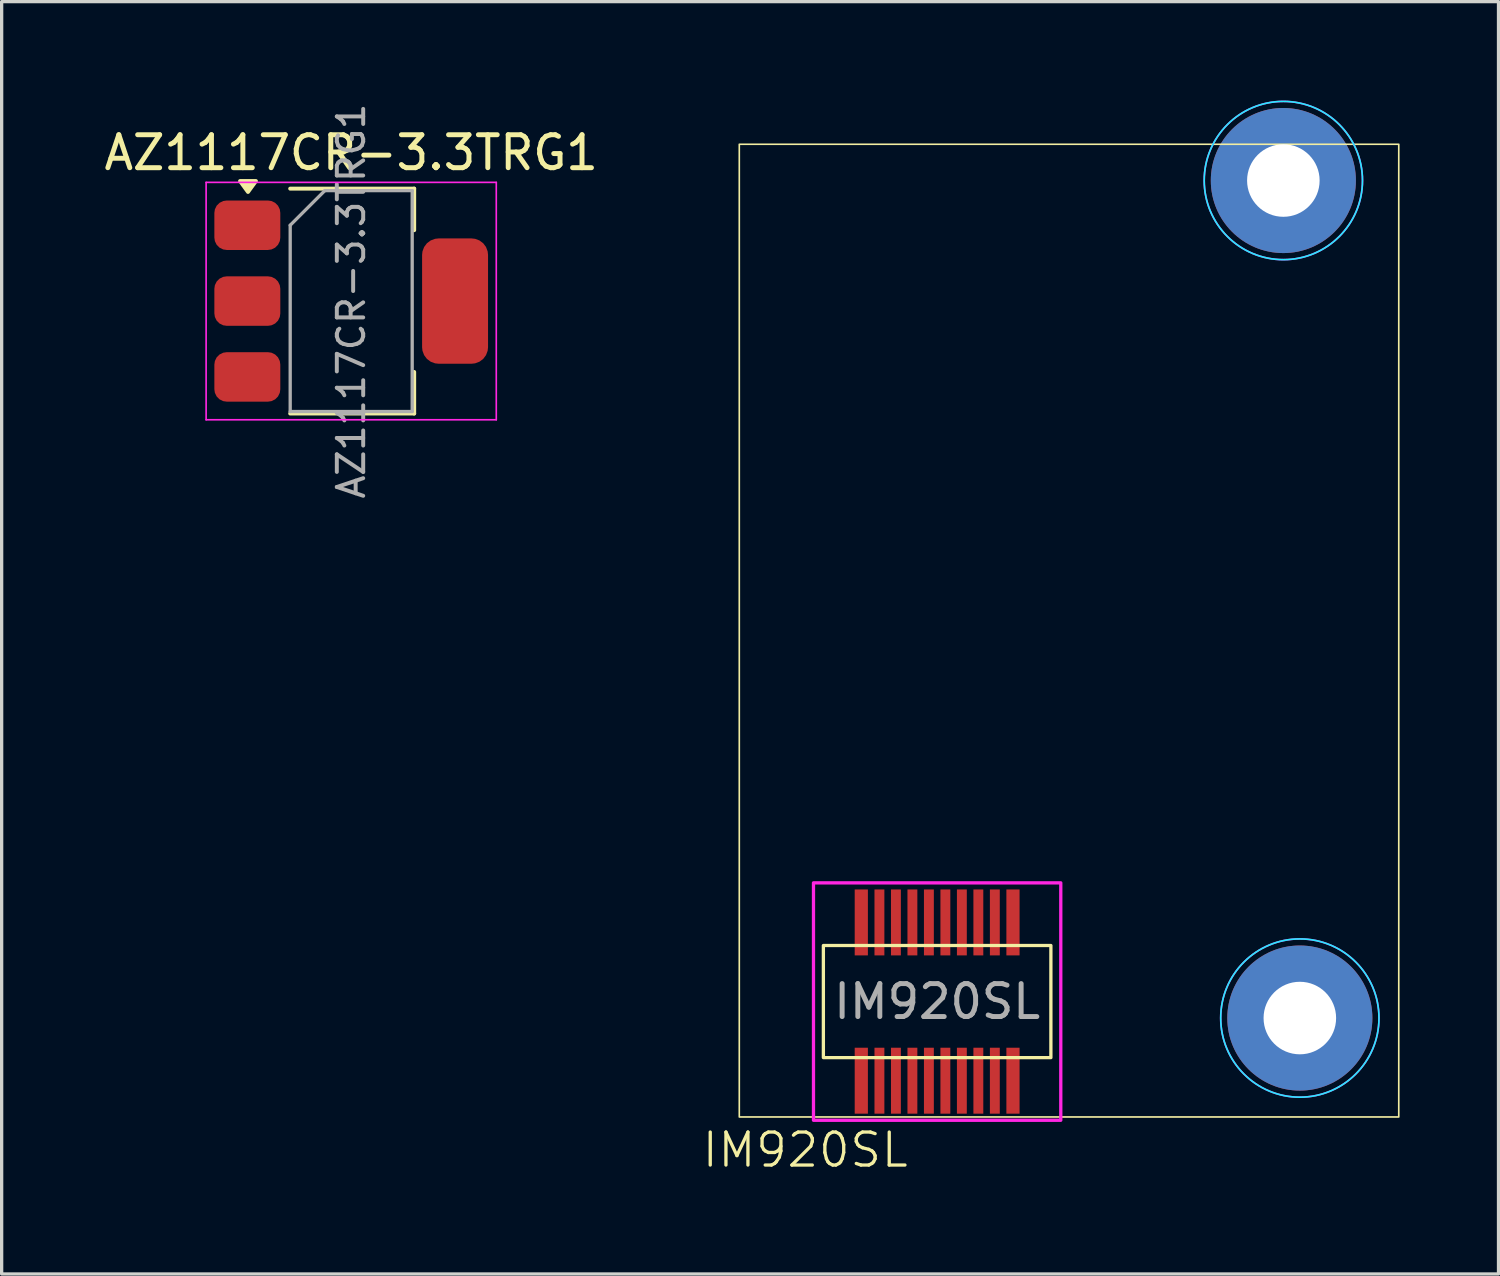
<source format=kicad_pcb>
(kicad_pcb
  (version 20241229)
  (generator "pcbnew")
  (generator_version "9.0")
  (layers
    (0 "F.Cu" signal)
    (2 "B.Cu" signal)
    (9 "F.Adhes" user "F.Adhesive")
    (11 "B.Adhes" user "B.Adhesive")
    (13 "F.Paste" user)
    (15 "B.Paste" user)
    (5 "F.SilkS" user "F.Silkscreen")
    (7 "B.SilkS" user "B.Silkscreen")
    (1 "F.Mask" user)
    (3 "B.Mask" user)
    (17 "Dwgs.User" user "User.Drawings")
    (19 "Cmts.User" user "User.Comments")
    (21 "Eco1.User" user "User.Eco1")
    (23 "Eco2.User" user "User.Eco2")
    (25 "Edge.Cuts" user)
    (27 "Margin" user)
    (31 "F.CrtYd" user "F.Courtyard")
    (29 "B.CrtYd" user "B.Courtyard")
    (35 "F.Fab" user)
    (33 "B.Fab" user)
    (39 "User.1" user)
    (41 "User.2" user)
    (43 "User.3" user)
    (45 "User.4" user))
  (footprint "IM920SL"
    (layer "F.Cu")
    (at 25.371 27.325)
    (property "Reference" "IM920SL" (at -4 4.5 0) (unlocked yes) (layer "F.SilkS") (effects (font (size 1 1) (thickness 0.1))))
    (attr smd)
    (fp_rect (start -2.5 -3.4) (end -2.1 -1.4) (stroke (width 0.1) (type default)) (fill no) (layer "F.Mask"))
    (fp_rect (start -2.5 1.4) (end -2.1 3.4) (stroke (width 0.1) (type default)) (fill no) (layer "F.Mask"))
    (fp_rect (start -1.9 -3.4) (end -1.6 -1.4) (stroke (width 0.1) (type default)) (fill no) (layer "F.Mask"))
    (fp_rect (start -1.9 1.4) (end -1.6 3.4) (stroke (width 0.1) (type default)) (fill no) (layer "F.Mask"))
    (fp_rect (start -1.4 -3.4) (end -1.1 -1.4) (stroke (width 0.1) (type default)) (fill no) (layer "F.Mask"))
    (fp_rect (start -1.4 1.4) (end -1.1 3.4) (stroke (width 0.1) (type default)) (fill no) (layer "F.Mask"))
    (fp_rect (start -0.9 -3.4) (end -0.6 -1.4) (stroke (width 0.1) (type default)) (fill no) (layer "F.Mask"))
    (fp_rect (start -0.9 1.4) (end -0.6 3.4) (stroke (width 0.1) (type default)) (fill no) (layer "F.Mask"))
    (fp_rect (start -0.4 -3.4) (end -0.1 -1.4) (stroke (width 0.1) (type default)) (fill no) (layer "F.Mask"))
    (fp_rect (start -0.4 1.4) (end -0.1 3.4) (stroke (width 0.1) (type default)) (fill no) (layer "F.Mask"))
    (fp_rect (start 0.1 -3.4) (end 0.4 -1.4) (stroke (width 0.1) (type default)) (fill no) (layer "F.Mask"))
    (fp_rect (start 0.1 1.4) (end 0.4 3.4) (stroke (width 0.1) (type default)) (fill no) (layer "F.Mask"))
    (fp_rect (start 0.6 -3.4) (end 0.9 -1.4) (stroke (width 0.1) (type default)) (fill no) (layer "F.Mask"))
    (fp_rect (start 0.6 1.4) (end 0.9 3.4) (stroke (width 0.1) (type default)) (fill no) (layer "F.Mask"))
    (fp_rect (start 1.1 -3.4) (end 1.4 -1.4) (stroke (width 0.1) (type default)) (fill no) (layer "F.Mask"))
    (fp_rect (start 1.1 1.4) (end 1.4 3.4) (stroke (width 0.1) (type default)) (fill no) (layer "F.Mask"))
    (fp_rect (start 1.6 -3.4) (end 1.9 -1.4) (stroke (width 0.1) (type default)) (fill no) (layer "F.Mask"))
    (fp_rect (start 1.6 1.4) (end 1.9 3.4) (stroke (width 0.1) (type default)) (fill no) (layer "F.Mask"))
    (fp_rect (start 2.1 -3.4) (end 2.5 -1.4) (stroke (width 0.1) (type default)) (fill no) (layer "F.Mask"))
    (fp_rect (start 2.1 1.4) (end 2.5 3.4) (stroke (width 0.1) (type default)) (fill no) (layer "F.Mask"))
    (fp_rect (start -6 -26) (end 14 3.5) (stroke (width 0.05) (type default)) (fill no) (layer "F.SilkS"))
    (fp_rect (start -3.45 -1.7) (end 3.45 1.7) (stroke (width 0.1) (type default)) (fill no) (layer "F.SilkS"))
    (fp_circle (center 10.5 -24.9) (end 12.9 -24.9) (stroke (width 0.05) (type default)) (fill no) (layer "B.CrtYd"))
    (fp_circle (center 11 0.5) (end 13.4 0.5) (stroke (width 0.05) (type default)) (fill no) (layer "B.CrtYd"))
    (fp_rect (start -3.75 -3.6) (end 3.75 3.6) (stroke (width 0.1) (type default)) (fill no) (layer "F.CrtYd"))
    (fp_circle (center 10.5 -24.9) (end 12.9 -24.9) (stroke (width 0.05) (type default)) (fill no) (layer "F.CrtYd"))
    (fp_circle (center 11 0.5) (end 13.4 0.5) (stroke (width 0.05) (type default)) (fill no) (layer "F.CrtYd"))
    (fp_text user "${REFERENCE}" (at 0 0 0) (unlocked yes) (layer "F.Fab") (effects (font (size 1 1) (thickness 0.15))))
    (pad "" np_thru_hole circle (at 10.5 -24.9) (size 4.4 4.4) (drill 2.2) (layers "*.Cu" "*.Mask"))
    (pad "" np_thru_hole circle (at 11 0.5) (size 4.4 4.4) (drill 2.2) (layers "*.Cu" "*.Mask"))
    (pad "1" smd rect (at 2.3 2.4) (size 0.4 2) (layers "F.Cu" "F.Mask" "F.Paste"))
    (pad "2" smd rect (at 2.3 -2.4) (size 0.4 2) (layers "F.Cu" "F.Mask" "F.Paste"))
    (pad "3" smd rect (at 1.75 2.4) (size 0.3 2) (layers "F.Cu" "F.Mask" "F.Paste"))
    (pad "4" smd rect (at 1.75 -2.4) (size 0.3 2) (layers "F.Cu" "F.Mask" "F.Paste"))
    (pad "5" smd rect (at 1.25 2.4) (size 0.3 2) (layers "F.Cu" "F.Mask" "F.Paste"))
    (pad "6" smd rect (at 1.25 -2.4) (size 0.3 2) (layers "F.Cu" "F.Mask" "F.Paste"))
    (pad "7" smd rect (at 0.75 2.4) (size 0.3 2) (layers "F.Cu" "F.Mask" "F.Paste"))
    (pad "8" smd rect (at 0.75 -2.4) (size 0.3 2) (layers "F.Cu" "F.Mask" "F.Paste"))
    (pad "9" smd rect (at 0.25 2.4) (size 0.3 2) (layers "F.Cu" "F.Mask" "F.Paste"))
    (pad "10" smd rect (at 0.25 -2.4) (size 0.3 2) (layers "F.Cu" "F.Mask" "F.Paste"))
    (pad "11" smd rect (at -0.25 2.4) (size 0.3 2) (layers "F.Cu" "F.Mask" "F.Paste"))
    (pad "12" smd rect (at -0.25 -2.4) (size 0.3 2) (layers "F.Cu" "F.Mask" "F.Paste"))
    (pad "13" smd rect (at -0.75 2.4) (size 0.3 2) (layers "F.Cu" "F.Mask" "F.Paste"))
    (pad "14" smd rect (at -0.75 -2.4) (size 0.3 2) (layers "F.Cu" "F.Mask" "F.Paste"))
    (pad "15" smd rect (at -1.25 2.4) (size 0.3 2) (layers "F.Cu" "F.Mask" "F.Paste"))
    (pad "16" smd rect (at -1.25 -2.4) (size 0.3 2) (layers "F.Cu" "F.Mask" "F.Paste"))
    (pad "17" smd rect (at -1.75 2.4) (size 0.3 2) (layers "F.Cu" "F.Mask" "F.Paste"))
    (pad "18" smd rect (at -1.75 -2.4) (size 0.3 2) (layers "F.Cu" "F.Mask" "F.Paste"))
    (pad "19" smd rect (at -2.3 2.4) (size 0.4 2) (layers "F.Cu" "F.Mask" "F.Paste"))
    (pad "20" smd rect (at -2.3 -2.4) (size 0.4 2) (layers "F.Cu" "F.Mask" "F.Paste")))
  (footprint "AZ1117CR-3.3TRG1"
    (layer "F.Cu")
    (at 7.601 6.081)
    (property "Reference" "AZ1117CR-3.3TRG1" (at 0 -4.5 0) (layer "F.SilkS") (effects (font (size 1 1) (thickness 0.15))))
    (attr smd)
    (fp_line (start -1.85 -3.41) (end 1.91 -3.41) (stroke (width 0.12) (type solid)) (layer "F.SilkS"))
    (fp_line (start -1.85 3.41) (end 1.91 3.41) (stroke (width 0.12) (type solid)) (layer "F.SilkS"))
    (fp_line (start 1.91 -3.41) (end 1.91 -2.15) (stroke (width 0.12) (type solid)) (layer "F.SilkS"))
    (fp_line (start 1.91 3.41) (end 1.91 2.15) (stroke (width 0.12) (type solid)) (layer "F.SilkS"))
    (fp_poly (pts (xy -3.13 -3.31) (xy -3.37 -3.64) (xy -2.89 -3.64) (xy -3.13 -3.31)) (stroke (width 0.12) (type solid)) (fill yes) (layer "F.SilkS"))
    (fp_line (start -4.4 -3.6) (end -4.4 3.6) (stroke (width 0.05) (type solid)) (layer "F.CrtYd"))
    (fp_line (start -4.4 3.6) (end 4.4 3.6) (stroke (width 0.05) (type solid)) (layer "F.CrtYd"))
    (fp_line (start 4.4 -3.6) (end -4.4 -3.6) (stroke (width 0.05) (type solid)) (layer "F.CrtYd"))
    (fp_line (start 4.4 3.6) (end 4.4 -3.6) (stroke (width 0.05) (type solid)) (layer "F.CrtYd"))
    (fp_line (start -1.85 -2.3) (end -1.85 3.35) (stroke (width 0.1) (type solid)) (layer "F.Fab"))
    (fp_line (start -1.85 -2.3) (end -0.8 -3.35) (stroke (width 0.1) (type solid)) (layer "F.Fab"))
    (fp_line (start -1.85 3.35) (end 1.85 3.35) (stroke (width 0.1) (type solid)) (layer "F.Fab"))
    (fp_line (start -0.8 -3.35) (end 1.85 -3.35) (stroke (width 0.1) (type solid)) (layer "F.Fab"))
    (fp_line (start 1.85 -3.35) (end 1.85 3.35) (stroke (width 0.1) (type solid)) (layer "F.Fab"))
    (fp_text user "${REFERENCE}" (at 0 0 90) (layer "F.Fab") (effects (font (size 0.8 0.8) (thickness 0.12))))
    (pad "1" smd roundrect (at -3.15 -2.3) (size 2 1.5) (layers "F.Cu" "F.Mask" "F.Paste") (roundrect_rratio 0.25))
    (pad "2" smd roundrect (at -3.15 0) (size 2 1.5) (layers "F.Cu" "F.Mask" "F.Paste") (roundrect_rratio 0.25))
    (pad "2" smd roundrect (at 3.15 0) (size 2 3.8) (layers "F.Cu" "F.Mask" "F.Paste") (roundrect_rratio 0.25))
    (pad "3" smd roundrect (at -3.15 2.3) (size 2 1.5) (layers "F.Cu" "F.Mask" "F.Paste") (roundrect_rratio 0.25)))
  (gr_rect
    (start -3 -3)
    (end 42.396 35.586)
    (stroke (width 0.1) (type default))
    (fill no)
    (layer "Edge.Cuts")))
</source>
